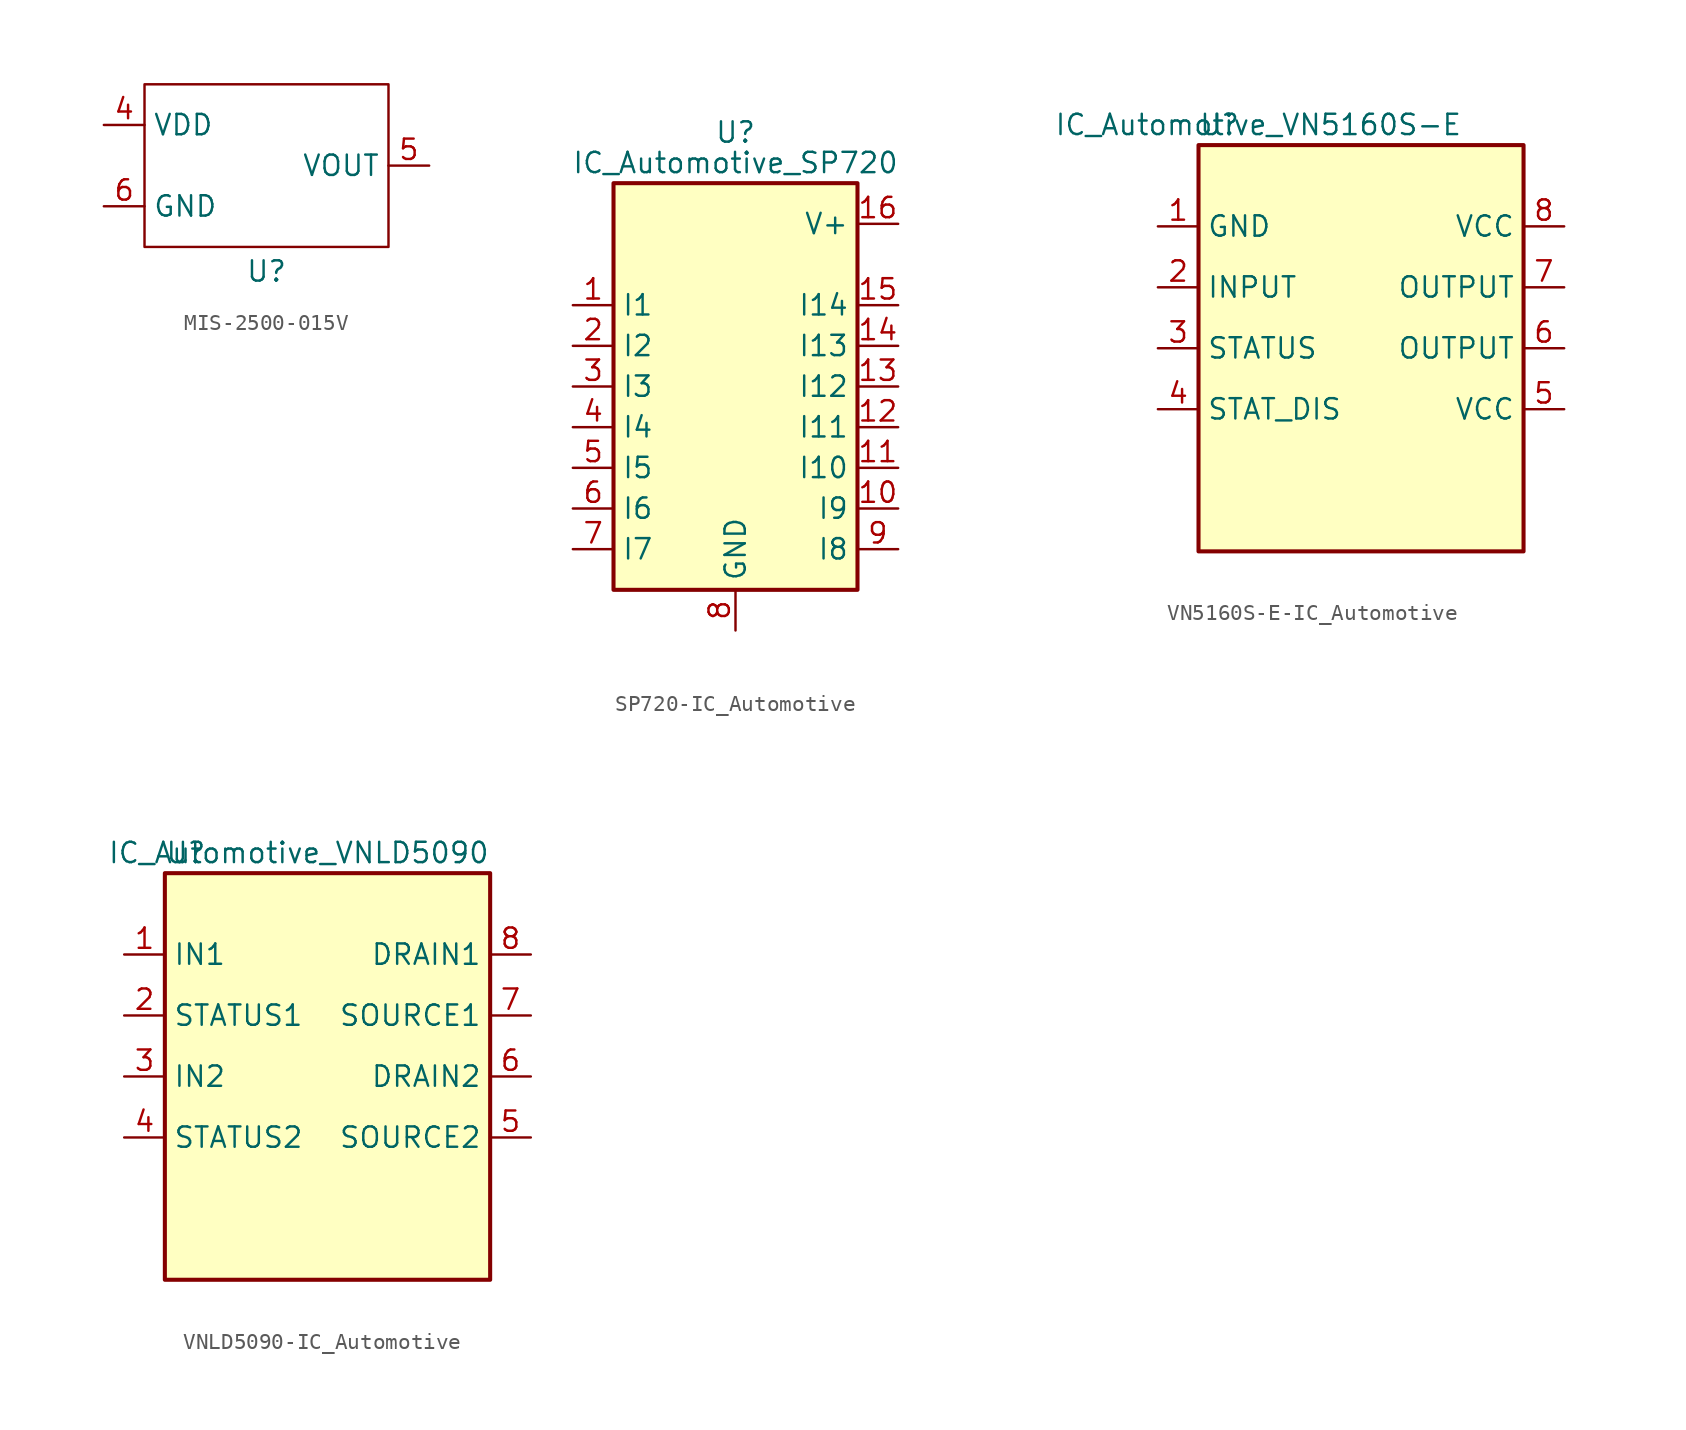
<source format=kicad_sym>
(kicad_symbol_lib
  (version 20231120)
  (generator "kicad_symbol_editor")
  (generator_version "8.0")
  (symbol "MIS-2500-015V"
    (property "Reference" "U"
      (at 0 -6.604 0)
      (effects (font (size 1.27 1.27))))
    (property "Value" ""
      (at 0 0 0)
      (effects (font (size 1.27 1.27))))
    (symbol "MIS-2500-015V_0_1"
      (rectangle (start -7.62 5.08) (end 7.62 -5.08) (stroke (width 0) (type default)) (fill (type none))))
    (symbol "MIS-2500-015V_1_1"
      (pin power_in line (at -10.16 2.54 0) (length 2.54) (name "VDD" (effects (font (size 1.27 1.27)))) (number "4" (effects (font (size 1.27 1.27)))))
      (pin output line (at 10.16 0 180) (length 2.54) (name "VOUT" (effects (font (size 1.27 1.27)))) (number "5" (effects (font (size 1.27 1.27)))))
      (pin power_in line (at -10.16 -2.54 0) (length 2.54) (name "GND" (effects (font (size 1.27 1.27)))) (number "6" (effects (font (size 1.27 1.27)))))))
  (symbol "SP720-IC_Automotive"
    (property "Reference" "U"
      (at 0 15.875 0)
      (effects (font (size 1.27 1.27))))
    (property "Value" "IC_Automotive_SP720"
      (at 0 13.97 0)
      (effects (font (size 1.27 1.27))))
    (symbol "SP720-IC_Automotive_0_1"
      (rectangle (start -7.62 -12.7) (end 7.62 12.7) (stroke (width 0.254) (type solid)) (fill (type background))))
    (symbol "SP720-IC_Automotive_1_1"
      (pin input line (at -10.16 5.08 0) (length 2.54) (name "I1" (effects (font (size 1.27 1.27)))) (number "1" (effects (font (size 1.27 1.27)))))
      (pin input line (at 10.16 -7.62 180) (length 2.54) (name "I9" (effects (font (size 1.27 1.27)))) (number "10" (effects (font (size 1.27 1.27)))))
      (pin input line (at 10.16 -5.08 180) (length 2.54) (name "I10" (effects (font (size 1.27 1.27)))) (number "11" (effects (font (size 1.27 1.27)))))
      (pin input line (at 10.16 -2.54 180) (length 2.54) (name "I11" (effects (font (size 1.27 1.27)))) (number "12" (effects (font (size 1.27 1.27)))))
      (pin input line (at 10.16 0 180) (length 2.54) (name "I12" (effects (font (size 1.27 1.27)))) (number "13" (effects (font (size 1.27 1.27)))))
      (pin open_collector line (at 10.16 2.54 180) (length 2.54) (name "I13" (effects (font (size 1.27 1.27)))) (number "14" (effects (font (size 1.27 1.27)))))
      (pin input line (at 10.16 5.08 180) (length 2.54) (name "I14" (effects (font (size 1.27 1.27)))) (number "15" (effects (font (size 1.27 1.27)))))
      (pin power_in line (at 10.16 10.16 180) (length 2.54) (name "V+" (effects (font (size 1.27 1.27)))) (number "16" (effects (font (size 1.27 1.27)))))
      (pin input line (at -10.16 2.54 0) (length 2.54) (name "I2" (effects (font (size 1.27 1.27)))) (number "2" (effects (font (size 1.27 1.27)))))
      (pin input line (at -10.16 0 0) (length 2.54) (name "I3" (effects (font (size 1.27 1.27)))) (number "3" (effects (font (size 1.27 1.27)))))
      (pin input line (at -10.16 -2.54 0) (length 2.54) (name "I4" (effects (font (size 1.27 1.27)))) (number "4" (effects (font (size 1.27 1.27)))))
      (pin input line (at -10.16 -5.08 0) (length 2.54) (name "I5" (effects (font (size 1.27 1.27)))) (number "5" (effects (font (size 1.27 1.27)))))
      (pin input line (at -10.16 -7.62 0) (length 2.54) (name "I6" (effects (font (size 1.27 1.27)))) (number "6" (effects (font (size 1.27 1.27)))))
      (pin input line (at -10.16 -10.16 0) (length 2.54) (name "I7" (effects (font (size 1.27 1.27)))) (number "7" (effects (font (size 1.27 1.27)))))
      (pin power_in line (at 0 -15.24 90) (length 2.54) (name "GND" (effects (font (size 1.27 1.27)))) (number "8" (effects (font (size 1.27 1.27)))))
      (pin input line (at 10.16 -10.16 180) (length 2.54) (name "I8" (effects (font (size 1.27 1.27)))) (number "9" (effects (font (size 1.27 1.27)))))))
  (symbol "VN5160S-E-IC_Automotive"
    (property "Reference" "U"
      (at -7.62 11.43 0)
      (effects (font (size 1.27 1.27)) (justify left)))
    (property "Value" "IC_Automotive_VN5160S-E"
      (at 8.89 11.43 0)
      (effects (font (size 1.27 1.27)) (justify right)))
    (symbol "VN5160S-E-IC_Automotive_0_1"
      (rectangle (start -7.62 -15.24) (end 12.7 10.16) (stroke (width 0.254) (type solid)) (fill (type background))))
    (symbol "VN5160S-E-IC_Automotive_1_1"
      (pin input line (at -10.16 5.08 0) (length 2.54) (name "GND" (effects (font (size 1.27 1.27)))) (number "1" (effects (font (size 1.27 1.27)))))
      (pin input line (at -10.16 1.27 0) (length 2.54) (name "INPUT" (effects (font (size 1.27 1.27)))) (number "2" (effects (font (size 1.27 1.27)))))
      (pin output line (at -10.16 -2.54 0) (length 2.54) (name "STATUS" (effects (font (size 1.27 1.27)))) (number "3" (effects (font (size 1.27 1.27)))))
      (pin output line (at -10.16 -6.35 0) (length 2.54) (name "STAT_DIS" (effects (font (size 1.27 1.27)))) (number "4" (effects (font (size 1.27 1.27)))))
      (pin power_in line (at 15.24 -6.35 180) (length 2.54) (name "VCC" (effects (font (size 1.27 1.27)))) (number "5" (effects (font (size 1.27 1.27)))))
      (pin output line (at 15.24 -2.54 180) (length 2.54) (name "OUTPUT" (effects (font (size 1.27 1.27)))) (number "6" (effects (font (size 1.27 1.27)))))
      (pin output line (at 15.24 1.27 180) (length 2.54) (name "OUTPUT" (effects (font (size 1.27 1.27)))) (number "7" (effects (font (size 1.27 1.27)))))
      (pin power_in line (at 15.24 5.08 180) (length 2.54) (name "VCC" (effects (font (size 1.27 1.27)))) (number "8" (effects (font (size 1.27 1.27)))))))
  (symbol "VNLD5090-IC_Automotive"
    (property "Reference" "U"
      (at -7.62 11.43 0)
      (effects (font (size 1.27 1.27)) (justify left)))
    (property "Value" "IC_Automotive_VNLD5090"
      (at 12.7 11.43 0)
      (effects (font (size 1.27 1.27)) (justify right)))
    (symbol "VNLD5090-IC_Automotive_0_1"
      (rectangle (start -7.62 -15.24) (end 12.7 10.16) (stroke (width 0.254) (type solid)) (fill (type background))))
    (symbol "VNLD5090-IC_Automotive_1_1"
      (pin input line (at -10.16 5.08 0) (length 2.54) (name "IN1" (effects (font (size 1.27 1.27)))) (number "1" (effects (font (size 1.27 1.27)))))
      (pin output line (at -10.16 1.27 0) (length 2.54) (name "STATUS1" (effects (font (size 1.27 1.27)))) (number "2" (effects (font (size 1.27 1.27)))))
      (pin input line (at -10.16 -2.54 0) (length 2.54) (name "IN2" (effects (font (size 1.27 1.27)))) (number "3" (effects (font (size 1.27 1.27)))))
      (pin output line (at -10.16 -6.35 0) (length 2.54) (name "STATUS2" (effects (font (size 1.27 1.27)))) (number "4" (effects (font (size 1.27 1.27)))))
      (pin input line (at 15.24 -6.35 180) (length 2.54) (name "SOURCE2" (effects (font (size 1.27 1.27)))) (number "5" (effects (font (size 1.27 1.27)))))
      (pin output line (at 15.24 -2.54 180) (length 2.54) (name "DRAIN2" (effects (font (size 1.27 1.27)))) (number "6" (effects (font (size 1.27 1.27)))))
      (pin input line (at 15.24 1.27 180) (length 2.54) (name "SOURCE1" (effects (font (size 1.27 1.27)))) (number "7" (effects (font (size 1.27 1.27)))))
      (pin output line (at 15.24 5.08 180) (length 2.54) (name "DRAIN1" (effects (font (size 1.27 1.27)))) (number "8" (effects (font (size 1.27 1.27))))))))
</source>
